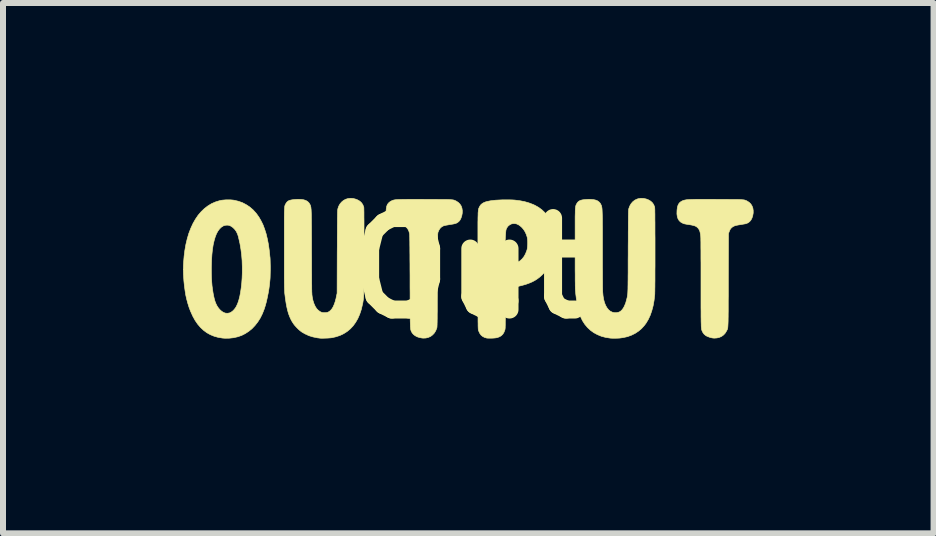
<source format=kicad_pcb>
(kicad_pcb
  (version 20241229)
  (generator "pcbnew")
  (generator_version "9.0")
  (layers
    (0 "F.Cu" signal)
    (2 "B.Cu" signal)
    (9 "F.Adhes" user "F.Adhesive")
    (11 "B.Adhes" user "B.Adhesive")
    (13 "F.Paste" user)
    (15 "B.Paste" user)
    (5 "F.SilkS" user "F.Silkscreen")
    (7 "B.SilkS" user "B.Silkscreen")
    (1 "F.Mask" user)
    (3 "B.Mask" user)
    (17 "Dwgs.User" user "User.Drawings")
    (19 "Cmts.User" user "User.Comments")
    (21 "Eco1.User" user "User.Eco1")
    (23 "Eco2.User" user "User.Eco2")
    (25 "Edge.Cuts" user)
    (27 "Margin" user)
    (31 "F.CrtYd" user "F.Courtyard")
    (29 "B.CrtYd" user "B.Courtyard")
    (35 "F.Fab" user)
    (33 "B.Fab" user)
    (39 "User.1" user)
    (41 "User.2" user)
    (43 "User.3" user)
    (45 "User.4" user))
  (footprint "Out"
    (layer "F.Cu")
    (at 4.75 1.418)
    (property "Reference" "Out" (at 0 0 0) (layer "F.SilkS") (effects (font (size 1.524 1.524) (thickness 0.3))))
    (attr through_hole)
    (fp_poly (pts (xy -3.959 -1.138) (xy -3.924 -1.135) (xy -3.901 -1.132) (xy -3.829 -1.115) (xy -3.761 -1.091) (xy -3.698 -1.058) (xy -3.639 -1.019) (xy -3.584 -0.972) (xy -3.534 -0.917) (xy -3.524 -0.904) (xy -3.485 -0.849) (xy -3.45 -0.788) (xy -3.418 -0.723) (xy -3.391 -0.651) (xy -3.366 -0.573) (xy -3.346 -0.489) (xy -3.328 -0.398) (xy -3.314 -0.299) (xy -3.303 -0.192) (xy -3.301 -0.18) (xy -3.299 -0.149) (xy -3.298 -0.111) (xy -3.297 -0.069) (xy -3.296 -0.023) (xy -3.296 0.024) (xy -3.297 0.07) (xy -3.298 0.114) (xy -3.299 0.154) (xy -3.301 0.187) (xy -3.302 0.195) (xy -3.309 0.268) (xy -3.319 0.344) (xy -3.332 0.42) (xy -3.347 0.494) (xy -3.363 0.565) (xy -3.381 0.63) (xy -3.398 0.683) (xy -3.428 0.759) (xy -3.463 0.83) (xy -3.504 0.895) (xy -3.55 0.954) (xy -3.6 1.007) (xy -3.655 1.052) (xy -3.713 1.09) (xy -3.772 1.12) (xy -3.838 1.143) (xy -3.908 1.159) (xy -3.979 1.167) (xy -4.051 1.168) (xy -4.092 1.165) (xy -4.165 1.153) (xy -4.233 1.134) (xy -4.296 1.108) (xy -4.355 1.075) (xy -4.41 1.034) (xy -4.46 0.987) (xy -4.507 0.932) (xy -4.55 0.869) (xy -4.589 0.798) (xy -4.624 0.72) (xy -4.626 0.716) (xy -4.65 0.653) (xy -4.67 0.589) (xy -4.688 0.523) (xy -4.704 0.453) (xy -4.716 0.379) (xy -4.727 0.299) (xy -4.736 0.213) (xy -4.742 0.119) (xy -4.743 0.107) (xy -4.745 0.037) (xy -4.745 0.018) (xy -4.279 0.018) (xy -4.278 0.096) (xy -4.276 0.167) (xy -4.272 0.232) (xy -4.267 0.294) (xy -4.259 0.353) (xy -4.25 0.412) (xy -4.243 0.45) (xy -4.231 0.504) (xy -4.218 0.551) (xy -4.202 0.592) (xy -4.184 0.628) (xy -4.163 0.66) (xy -4.139 0.689) (xy -4.137 0.691) (xy -4.106 0.719) (xy -4.074 0.739) (xy -4.042 0.75) (xy -4.009 0.752) (xy -3.976 0.746) (xy -3.969 0.744) (xy -3.947 0.732) (xy -3.923 0.714) (xy -3.9 0.691) (xy -3.879 0.665) (xy -3.862 0.637) (xy -3.86 0.633) (xy -3.839 0.587) (xy -3.821 0.533) (xy -3.805 0.471) (xy -3.792 0.403) (xy -3.781 0.328) (xy -3.772 0.248) (xy -3.766 0.163) (xy -3.763 0.083) (xy -3.763 -0.024) (xy -3.766 -0.125) (xy -3.774 -0.222) (xy -3.786 -0.316) (xy -3.802 -0.41) (xy -3.824 -0.506) (xy -3.825 -0.514) (xy -3.841 -0.565) (xy -3.862 -0.61) (xy -3.889 -0.647) (xy -3.92 -0.678) (xy -3.957 -0.702) (xy -3.96 -0.704) (xy -3.986 -0.714) (xy -4.016 -0.717) (xy -4.047 -0.714) (xy -4.075 -0.706) (xy -4.077 -0.705) (xy -4.111 -0.684) (xy -4.141 -0.655) (xy -4.168 -0.619) (xy -4.193 -0.574) (xy -4.214 -0.52) (xy -4.232 -0.459) (xy -4.248 -0.39) (xy -4.26 -0.313) (xy -4.269 -0.228) (xy -4.275 -0.135) (xy -4.278 -0.034) (xy -4.279 0.018) (xy -4.745 0.018) (xy -4.744 -0.039) (xy -4.739 -0.12) (xy -4.732 -0.203) (xy -4.721 -0.288) (xy -4.721 -0.291) (xy -4.703 -0.394) (xy -4.68 -0.491) (xy -4.653 -0.582) (xy -4.62 -0.667) (xy -4.584 -0.745) (xy -4.543 -0.817) (xy -4.498 -0.883) (xy -4.448 -0.941) (xy -4.395 -0.992) (xy -4.338 -1.036) (xy -4.278 -1.073) (xy -4.213 -1.102) (xy -4.146 -1.123) (xy -4.104 -1.132) (xy -4.073 -1.135) (xy -4.036 -1.138) (xy -3.998 -1.138) (xy -3.959 -1.138)) (stroke (width 0.01) (type solid)) (fill yes) (layer "F.SilkS"))
    (fp_poly (pts (xy 3.988 -1.147) (xy 4.058 -1.147) (xy 4.137 -1.146) (xy 4.149 -1.146) (xy 4.222 -1.146) (xy 4.286 -1.146) (xy 4.342 -1.145) (xy 4.391 -1.145) (xy 4.434 -1.145) (xy 4.471 -1.144) (xy 4.502 -1.144) (xy 4.528 -1.143) (xy 4.551 -1.142) (xy 4.569 -1.14) (xy 4.584 -1.139) (xy 4.597 -1.137) (xy 4.608 -1.135) (xy 4.617 -1.132) (xy 4.625 -1.129) (xy 4.633 -1.126) (xy 4.641 -1.122) (xy 4.65 -1.117) (xy 4.652 -1.116) (xy 4.684 -1.095) (xy 4.71 -1.069) (xy 4.73 -1.037) (xy 4.744 -1.001) (xy 4.75 -0.961) (xy 4.75 -0.919) (xy 4.742 -0.874) (xy 4.73 -0.836) (xy 4.713 -0.803) (xy 4.691 -0.776) (xy 4.663 -0.755) (xy 4.631 -0.742) (xy 4.619 -0.739) (xy 4.601 -0.736) (xy 4.578 -0.732) (xy 4.552 -0.727) (xy 4.536 -0.725) (xy 4.499 -0.719) (xy 4.47 -0.713) (xy 4.446 -0.707) (xy 4.427 -0.699) (xy 4.412 -0.691) (xy 4.398 -0.681) (xy 4.395 -0.679) (xy 4.379 -0.663) (xy 4.367 -0.647) (xy 4.357 -0.627) (xy 4.348 -0.604) (xy 4.338 -0.576) (xy 4.335 0.197) (xy 4.335 0.295) (xy 4.335 0.384) (xy 4.335 0.465) (xy 4.334 0.539) (xy 4.334 0.606) (xy 4.334 0.666) (xy 4.334 0.719) (xy 4.333 0.767) (xy 4.333 0.809) (xy 4.332 0.845) (xy 4.332 0.877) (xy 4.331 0.905) (xy 4.33 0.929) (xy 4.329 0.948) (xy 4.328 0.965) (xy 4.327 0.979) (xy 4.326 0.991) (xy 4.324 1) (xy 4.322 1.008) (xy 4.321 1.015) (xy 4.318 1.021) (xy 4.316 1.026) (xy 4.313 1.032) (xy 4.31 1.038) (xy 4.307 1.044) (xy 4.307 1.044) (xy 4.285 1.081) (xy 4.257 1.112) (xy 4.224 1.136) (xy 4.187 1.153) (xy 4.145 1.163) (xy 4.101 1.166) (xy 4.076 1.164) (xy 4.05 1.159) (xy 4.022 1.151) (xy 3.993 1.14) (xy 3.969 1.129) (xy 3.958 1.122) (xy 3.932 1.1) (xy 3.913 1.075) (xy 3.903 1.056) (xy 3.9 1.05) (xy 3.898 1.044) (xy 3.895 1.038) (xy 3.893 1.032) (xy 3.891 1.024) (xy 3.889 1.016) (xy 3.888 1.005) (xy 3.887 0.993) (xy 3.885 0.978) (xy 3.884 0.96) (xy 3.884 0.938) (xy 3.883 0.913) (xy 3.882 0.884) (xy 3.882 0.85) (xy 3.881 0.811) (xy 3.881 0.767) (xy 3.881 0.717) (xy 3.88 0.661) (xy 3.88 0.598) (xy 3.88 0.528) (xy 3.88 0.45) (xy 3.88 0.365) (xy 3.88 0.272) (xy 3.88 0.247) (xy 3.88 0.157) (xy 3.88 0.071) (xy 3.88 -0.011) (xy 3.88 -0.088) (xy 3.879 -0.161) (xy 3.879 -0.228) (xy 3.879 -0.289) (xy 3.878 -0.344) (xy 3.878 -0.392) (xy 3.878 -0.434) (xy 3.877 -0.468) (xy 3.877 -0.494) (xy 3.876 -0.513) (xy 3.876 -0.522) (xy 3.872 -0.561) (xy 3.866 -0.593) (xy 3.859 -0.619) (xy 3.849 -0.641) (xy 3.837 -0.66) (xy 3.823 -0.675) (xy 3.808 -0.688) (xy 3.792 -0.698) (xy 3.772 -0.706) (xy 3.746 -0.713) (xy 3.715 -0.72) (xy 3.695 -0.723) (xy 3.662 -0.728) (xy 3.637 -0.732) (xy 3.617 -0.736) (xy 3.602 -0.739) (xy 3.589 -0.743) (xy 3.578 -0.748) (xy 3.567 -0.753) (xy 3.537 -0.771) (xy 3.514 -0.795) (xy 3.496 -0.825) (xy 3.485 -0.861) (xy 3.479 -0.903) (xy 3.48 -0.952) (xy 3.481 -0.968) (xy 3.486 -1.008) (xy 3.494 -1.04) (xy 3.506 -1.067) (xy 3.521 -1.088) (xy 3.541 -1.105) (xy 3.555 -1.114) (xy 3.565 -1.119) (xy 3.575 -1.124) (xy 3.585 -1.128) (xy 3.596 -1.131) (xy 3.608 -1.134) (xy 3.623 -1.137) (xy 3.64 -1.14) (xy 3.66 -1.141) (xy 3.683 -1.143) (xy 3.71 -1.144) (xy 3.742 -1.145) (xy 3.779 -1.146) (xy 3.822 -1.147) (xy 3.871 -1.147) (xy 3.926 -1.147) (xy 3.988 -1.147)) (stroke (width 0.01) (type solid)) (fill yes) (layer "F.SilkS"))
    (fp_poly (pts (xy -0.871 -1.147) (xy -0.803 -1.147) (xy -0.728 -1.146) (xy -0.699 -1.146) (xy -0.626 -1.146) (xy -0.562 -1.146) (xy -0.506 -1.145) (xy -0.457 -1.145) (xy -0.414 -1.145) (xy -0.377 -1.144) (xy -0.346 -1.144) (xy -0.319 -1.143) (xy -0.297 -1.142) (xy -0.279 -1.14) (xy -0.264 -1.139) (xy -0.251 -1.137) (xy -0.24 -1.135) (xy -0.231 -1.132) (xy -0.223 -1.129) (xy -0.216 -1.126) (xy -0.208 -1.122) (xy -0.199 -1.118) (xy -0.198 -1.117) (xy -0.164 -1.095) (xy -0.137 -1.068) (xy -0.116 -1.036) (xy -0.103 -1) (xy -0.097 -0.959) (xy -0.098 -0.915) (xy -0.105 -0.877) (xy -0.118 -0.836) (xy -0.134 -0.803) (xy -0.155 -0.777) (xy -0.18 -0.758) (xy -0.182 -0.757) (xy -0.193 -0.751) (xy -0.204 -0.747) (xy -0.216 -0.743) (xy -0.231 -0.739) (xy -0.25 -0.735) (xy -0.274 -0.731) (xy -0.306 -0.726) (xy -0.313 -0.725) (xy -0.339 -0.72) (xy -0.364 -0.716) (xy -0.386 -0.711) (xy -0.403 -0.707) (xy -0.41 -0.705) (xy -0.44 -0.689) (xy -0.465 -0.666) (xy -0.486 -0.635) (xy -0.502 -0.598) (xy -0.503 -0.593) (xy -0.504 -0.59) (xy -0.505 -0.585) (xy -0.505 -0.578) (xy -0.506 -0.569) (xy -0.507 -0.558) (xy -0.507 -0.543) (xy -0.508 -0.526) (xy -0.508 -0.504) (xy -0.509 -0.478) (xy -0.509 -0.448) (xy -0.509 -0.413) (xy -0.51 -0.373) (xy -0.51 -0.327) (xy -0.51 -0.275) (xy -0.511 -0.217) (xy -0.511 -0.151) (xy -0.511 -0.079) (xy -0.512 0.001) (xy -0.512 0.089) (xy -0.512 0.185) (xy -0.512 0.201) (xy -0.513 0.298) (xy -0.513 0.387) (xy -0.513 0.468) (xy -0.514 0.541) (xy -0.514 0.607) (xy -0.514 0.666) (xy -0.514 0.719) (xy -0.515 0.765) (xy -0.515 0.806) (xy -0.515 0.842) (xy -0.516 0.873) (xy -0.516 0.899) (xy -0.517 0.921) (xy -0.517 0.94) (xy -0.518 0.955) (xy -0.518 0.967) (xy -0.519 0.977) (xy -0.52 0.985) (xy -0.52 0.991) (xy -0.521 0.995) (xy -0.522 0.998) (xy -0.54 1.043) (xy -0.563 1.081) (xy -0.592 1.112) (xy -0.625 1.137) (xy -0.663 1.154) (xy -0.704 1.164) (xy -0.749 1.166) (xy -0.77 1.164) (xy -0.812 1.156) (xy -0.851 1.143) (xy -0.884 1.125) (xy -0.912 1.103) (xy -0.933 1.078) (xy -0.939 1.067) (xy -0.942 1.061) (xy -0.945 1.056) (xy -0.948 1.05) (xy -0.95 1.045) (xy -0.952 1.04) (xy -0.954 1.033) (xy -0.956 1.025) (xy -0.958 1.016) (xy -0.959 1.005) (xy -0.96 0.991) (xy -0.962 0.974) (xy -0.962 0.954) (xy -0.963 0.931) (xy -0.964 0.904) (xy -0.965 0.872) (xy -0.965 0.835) (xy -0.966 0.793) (xy -0.966 0.746) (xy -0.966 0.692) (xy -0.967 0.633) (xy -0.967 0.566) (xy -0.967 0.492) (xy -0.967 0.411) (xy -0.968 0.322) (xy -0.968 0.224) (xy -0.968 0.223) (xy -0.968 0.118) (xy -0.969 0.021) (xy -0.969 -0.067) (xy -0.97 -0.148) (xy -0.97 -0.221) (xy -0.971 -0.286) (xy -0.971 -0.344) (xy -0.972 -0.395) (xy -0.972 -0.439) (xy -0.973 -0.476) (xy -0.973 -0.507) (xy -0.974 -0.532) (xy -0.974 -0.551) (xy -0.975 -0.565) (xy -0.976 -0.573) (xy -0.976 -0.575) (xy -0.987 -0.615) (xy -1.002 -0.647) (xy -1.016 -0.666) (xy -1.028 -0.679) (xy -1.042 -0.69) (xy -1.058 -0.699) (xy -1.077 -0.707) (xy -1.101 -0.713) (xy -1.13 -0.719) (xy -1.166 -0.726) (xy -1.19 -0.729) (xy -1.221 -0.734) (xy -1.245 -0.739) (xy -1.265 -0.746) (xy -1.283 -0.753) (xy -1.294 -0.76) (xy -1.321 -0.78) (xy -1.342 -0.807) (xy -1.357 -0.84) (xy -1.366 -0.88) (xy -1.369 -0.925) (xy -1.366 -0.968) (xy -1.364 -0.99) (xy -1.36 -1.012) (xy -1.357 -1.029) (xy -1.355 -1.036) (xy -1.343 -1.065) (xy -1.322 -1.09) (xy -1.295 -1.112) (xy -1.262 -1.128) (xy -1.249 -1.132) (xy -1.24 -1.135) (xy -1.23 -1.137) (xy -1.217 -1.139) (xy -1.202 -1.141) (xy -1.184 -1.142) (xy -1.162 -1.143) (xy -1.137 -1.144) (xy -1.107 -1.145) (xy -1.072 -1.146) (xy -1.031 -1.146) (xy -0.984 -1.147) (xy -0.931 -1.147) (xy -0.871 -1.147)) (stroke (width 0.01) (type solid)) (fill yes) (layer "F.SilkS"))
    (fp_poly (pts (xy 2.923 -1.162) (xy 2.969 -1.152) (xy 3.007 -1.137) (xy 3.042 -1.116) (xy 3.071 -1.089) (xy 3.092 -1.058) (xy 3.106 -1.023) (xy 3.109 -1.012) (xy 3.109 -1.005) (xy 3.11 -0.99) (xy 3.111 -0.967) (xy 3.111 -0.936) (xy 3.112 -0.9) (xy 3.112 -0.857) (xy 3.112 -0.809) (xy 3.113 -0.757) (xy 3.113 -0.7) (xy 3.113 -0.64) (xy 3.113 -0.576) (xy 3.114 -0.51) (xy 3.114 -0.443) (xy 3.114 -0.374) (xy 3.114 -0.304) (xy 3.114 -0.234) (xy 3.114 -0.164) (xy 3.114 -0.096) (xy 3.114 -0.029) (xy 3.113 0.036) (xy 3.113 0.098) (xy 3.113 0.157) (xy 3.113 0.212) (xy 3.112 0.263) (xy 3.112 0.308) (xy 3.111 0.349) (xy 3.111 0.382) (xy 3.11 0.41) (xy 3.11 0.43) (xy 3.109 0.442) (xy 3.109 0.442) (xy 3.098 0.539) (xy 3.082 0.628) (xy 3.06 0.71) (xy 3.034 0.785) (xy 3.002 0.854) (xy 2.965 0.916) (xy 2.936 0.955) (xy 2.89 1.006) (xy 2.838 1.05) (xy 2.782 1.087) (xy 2.721 1.117) (xy 2.655 1.141) (xy 2.583 1.157) (xy 2.527 1.165) (xy 2.49 1.167) (xy 2.449 1.168) (xy 2.408 1.168) (xy 2.371 1.166) (xy 2.363 1.165) (xy 2.288 1.153) (xy 2.218 1.134) (xy 2.153 1.107) (xy 2.092 1.074) (xy 2.037 1.034) (xy 1.987 0.987) (xy 1.943 0.934) (xy 1.905 0.875) (xy 1.874 0.81) (xy 1.859 0.771) (xy 1.846 0.728) (xy 1.833 0.678) (xy 1.822 0.622) (xy 1.811 0.562) (xy 1.802 0.499) (xy 1.794 0.435) (xy 1.788 0.371) (xy 1.787 0.353) (xy 1.786 0.339) (xy 1.786 0.318) (xy 1.785 0.289) (xy 1.785 0.252) (xy 1.784 0.208) (xy 1.784 0.158) (xy 1.784 0.101) (xy 1.783 0.039) (xy 1.783 -0.029) (xy 1.783 -0.101) (xy 1.783 -0.177) (xy 1.783 -0.258) (xy 1.783 -0.342) (xy 1.783 -0.35) (xy 1.783 -0.44) (xy 1.783 -0.521) (xy 1.783 -0.595) (xy 1.783 -0.661) (xy 1.783 -0.72) (xy 1.783 -0.772) (xy 1.783 -0.818) (xy 1.783 -0.859) (xy 1.784 -0.894) (xy 1.785 -0.925) (xy 1.785 -0.951) (xy 1.786 -0.973) (xy 1.787 -0.991) (xy 1.789 -1.007) (xy 1.79 -1.02) (xy 1.792 -1.03) (xy 1.794 -1.039) (xy 1.796 -1.046) (xy 1.799 -1.053) (xy 1.801 -1.059) (xy 1.805 -1.065) (xy 1.808 -1.071) (xy 1.809 -1.074) (xy 1.827 -1.1) (xy 1.85 -1.119) (xy 1.877 -1.131) (xy 1.881 -1.132) (xy 1.906 -1.138) (xy 1.938 -1.142) (xy 1.973 -1.145) (xy 2.009 -1.147) (xy 2.043 -1.146) (xy 2.045 -1.146) (xy 2.089 -1.142) (xy 2.126 -1.134) (xy 2.157 -1.121) (xy 2.181 -1.103) (xy 2.201 -1.081) (xy 2.21 -1.064) (xy 2.214 -1.057) (xy 2.217 -1.05) (xy 2.22 -1.043) (xy 2.223 -1.035) (xy 2.225 -1.026) (xy 2.227 -1.016) (xy 2.229 -1.004) (xy 2.231 -0.989) (xy 2.232 -0.972) (xy 2.233 -0.951) (xy 2.234 -0.927) (xy 2.235 -0.899) (xy 2.236 -0.866) (xy 2.237 -0.828) (xy 2.237 -0.785) (xy 2.237 -0.737) (xy 2.238 -0.682) (xy 2.238 -0.62) (xy 2.238 -0.552) (xy 2.238 -0.475) (xy 2.238 -0.391) (xy 2.238 -0.301) (xy 2.238 -0.226) (xy 2.238 -0.153) (xy 2.238 -0.082) (xy 2.238 -0.013) (xy 2.239 0.052) (xy 2.239 0.113) (xy 2.239 0.169) (xy 2.24 0.221) (xy 2.24 0.267) (xy 2.24 0.307) (xy 2.241 0.341) (xy 2.241 0.367) (xy 2.242 0.385) (xy 2.242 0.394) (xy 2.248 0.462) (xy 2.258 0.521) (xy 2.272 0.574) (xy 2.29 0.619) (xy 2.311 0.657) (xy 2.336 0.689) (xy 2.34 0.694) (xy 2.37 0.718) (xy 2.403 0.734) (xy 2.437 0.742) (xy 2.473 0.742) (xy 2.508 0.734) (xy 2.525 0.727) (xy 2.548 0.711) (xy 2.57 0.688) (xy 2.591 0.657) (xy 2.609 0.62) (xy 2.626 0.578) (xy 2.636 0.541) (xy 2.64 0.527) (xy 2.643 0.515) (xy 2.646 0.503) (xy 2.649 0.492) (xy 2.651 0.481) (xy 2.653 0.47) (xy 2.655 0.457) (xy 2.657 0.444) (xy 2.659 0.428) (xy 2.66 0.411) (xy 2.661 0.39) (xy 2.662 0.367) (xy 2.663 0.34) (xy 2.663 0.309) (xy 2.664 0.273) (xy 2.664 0.233) (xy 2.665 0.187) (xy 2.665 0.136) (xy 2.666 0.078) (xy 2.666 0.014) (xy 2.666 -0.058) (xy 2.666 -0.137) (xy 2.667 -0.225) (xy 2.667 -0.278) (xy 2.667 -0.369) (xy 2.668 -0.452) (xy 2.668 -0.527) (xy 2.668 -0.595) (xy 2.669 -0.655) (xy 2.669 -0.709) (xy 2.669 -0.756) (xy 2.67 -0.798) (xy 2.67 -0.834) (xy 2.67 -0.865) (xy 2.671 -0.892) (xy 2.671 -0.914) (xy 2.672 -0.933) (xy 2.672 -0.948) (xy 2.673 -0.96) (xy 2.674 -0.97) (xy 2.674 -0.978) (xy 2.675 -0.984) (xy 2.676 -0.988) (xy 2.677 -0.992) (xy 2.694 -1.037) (xy 2.716 -1.075) (xy 2.744 -1.107) (xy 2.777 -1.133) (xy 2.815 -1.151) (xy 2.834 -1.157) (xy 2.878 -1.164) (xy 2.923 -1.162)) (stroke (width 0.01) (type solid)) (fill yes) (layer "F.SilkS"))
    (fp_poly (pts (xy 0.698 -1.138) (xy 0.736 -1.137) (xy 0.768 -1.135) (xy 0.78 -1.134) (xy 0.865 -1.123) (xy 0.942 -1.108) (xy 1.014 -1.087) (xy 1.08 -1.062) (xy 1.113 -1.047) (xy 1.175 -1.012) (xy 1.23 -0.971) (xy 1.279 -0.925) (xy 1.321 -0.873) (xy 1.358 -0.815) (xy 1.388 -0.751) (xy 1.412 -0.68) (xy 1.419 -0.656) (xy 1.426 -0.627) (xy 1.432 -0.602) (xy 1.436 -0.579) (xy 1.439 -0.557) (xy 1.441 -0.533) (xy 1.442 -0.507) (xy 1.443 -0.475) (xy 1.443 -0.437) (xy 1.443 -0.431) (xy 1.442 -0.397) (xy 1.442 -0.369) (xy 1.441 -0.347) (xy 1.44 -0.328) (xy 1.439 -0.312) (xy 1.437 -0.297) (xy 1.434 -0.28) (xy 1.43 -0.265) (xy 1.41 -0.186) (xy 1.385 -0.113) (xy 1.353 -0.046) (xy 1.315 0.016) (xy 1.271 0.072) (xy 1.24 0.105) (xy 1.2 0.142) (xy 1.159 0.174) (xy 1.115 0.203) (xy 1.068 0.228) (xy 1.016 0.25) (xy 0.958 0.271) (xy 0.893 0.289) (xy 0.839 0.302) (xy 0.813 0.308) (xy 0.789 0.314) (xy 0.768 0.319) (xy 0.752 0.324) (xy 0.746 0.326) (xy 0.71 0.343) (xy 0.68 0.366) (xy 0.656 0.394) (xy 0.644 0.418) (xy 0.639 0.429) (xy 0.635 0.439) (xy 0.631 0.45) (xy 0.628 0.461) (xy 0.626 0.475) (xy 0.624 0.49) (xy 0.623 0.509) (xy 0.621 0.531) (xy 0.621 0.558) (xy 0.62 0.591) (xy 0.62 0.63) (xy 0.62 0.675) (xy 0.62 0.729) (xy 0.62 0.753) (xy 0.62 0.807) (xy 0.62 0.853) (xy 0.619 0.891) (xy 0.619 0.923) (xy 0.619 0.949) (xy 0.618 0.97) (xy 0.618 0.987) (xy 0.617 1) (xy 0.616 1.01) (xy 0.615 1.018) (xy 0.613 1.025) (xy 0.612 1.031) (xy 0.612 1.031) (xy 0.597 1.069) (xy 0.578 1.1) (xy 0.554 1.124) (xy 0.525 1.142) (xy 0.489 1.156) (xy 0.485 1.157) (xy 0.465 1.161) (xy 0.439 1.164) (xy 0.409 1.166) (xy 0.379 1.167) (xy 0.35 1.167) (xy 0.325 1.166) (xy 0.311 1.165) (xy 0.273 1.154) (xy 0.241 1.137) (xy 0.214 1.114) (xy 0.192 1.083) (xy 0.175 1.045) (xy 0.172 1.038) (xy 0.171 1.035) (xy 0.171 1.032) (xy 0.17 1.027) (xy 0.169 1.022) (xy 0.168 1.015) (xy 0.168 1.006) (xy 0.167 0.995) (xy 0.167 0.981) (xy 0.166 0.964) (xy 0.166 0.944) (xy 0.166 0.921) (xy 0.165 0.893) (xy 0.165 0.861) (xy 0.165 0.825) (xy 0.165 0.783) (xy 0.164 0.736) (xy 0.164 0.683) (xy 0.164 0.624) (xy 0.164 0.559) (xy 0.164 0.487) (xy 0.164 0.408) (xy 0.163 0.322) (xy 0.163 0.227) (xy 0.163 0.125) (xy 0.163 0.048) (xy 0.163 -0.063) (xy 0.163 -0.165) (xy 0.163 -0.26) (xy 0.163 -0.346) (xy 0.163 -0.422) (xy 0.617 -0.422) (xy 0.617 -0.411) (xy 0.618 -0.407) (xy 0.619 -0.402) (xy 0.62 -0.39) (xy 0.621 -0.371) (xy 0.622 -0.347) (xy 0.622 -0.319) (xy 0.623 -0.288) (xy 0.623 -0.287) (xy 0.624 -0.248) (xy 0.625 -0.216) (xy 0.626 -0.191) (xy 0.628 -0.171) (xy 0.631 -0.156) (xy 0.634 -0.144) (xy 0.639 -0.135) (xy 0.645 -0.126) (xy 0.653 -0.118) (xy 0.655 -0.116) (xy 0.679 -0.097) (xy 0.707 -0.085) (xy 0.739 -0.08) (xy 0.756 -0.08) (xy 0.775 -0.081) (xy 0.79 -0.084) (xy 0.805 -0.089) (xy 0.823 -0.097) (xy 0.824 -0.098) (xy 0.865 -0.122) (xy 0.9 -0.154) (xy 0.931 -0.193) (xy 0.956 -0.238) (xy 0.976 -0.289) (xy 0.982 -0.307) (xy 0.987 -0.334) (xy 0.99 -0.367) (xy 0.992 -0.403) (xy 0.992 -0.44) (xy 0.99 -0.474) (xy 0.986 -0.504) (xy 0.984 -0.517) (xy 0.969 -0.562) (xy 0.95 -0.604) (xy 0.926 -0.642) (xy 0.899 -0.675) (xy 0.869 -0.702) (xy 0.837 -0.724) (xy 0.805 -0.738) (xy 0.782 -0.742) (xy 0.748 -0.743) (xy 0.716 -0.735) (xy 0.688 -0.719) (xy 0.663 -0.698) (xy 0.644 -0.67) (xy 0.632 -0.642) (xy 0.63 -0.632) (xy 0.628 -0.616) (xy 0.626 -0.595) (xy 0.624 -0.57) (xy 0.622 -0.543) (xy 0.62 -0.515) (xy 0.619 -0.487) (xy 0.617 -0.462) (xy 0.617 -0.439) (xy 0.617 -0.422) (xy 0.163 -0.422) (xy 0.163 -0.426) (xy 0.163 -0.498) (xy 0.163 -0.564) (xy 0.163 -0.623) (xy 0.163 -0.677) (xy 0.163 -0.724) (xy 0.163 -0.767) (xy 0.164 -0.804) (xy 0.164 -0.837) (xy 0.165 -0.866) (xy 0.166 -0.891) (xy 0.166 -0.913) (xy 0.167 -0.931) (xy 0.169 -0.946) (xy 0.17 -0.959) (xy 0.171 -0.97) (xy 0.173 -0.979) (xy 0.174 -0.986) (xy 0.176 -0.993) (xy 0.178 -0.998) (xy 0.181 -1.004) (xy 0.183 -1.009) (xy 0.186 -1.014) (xy 0.187 -1.018) (xy 0.2 -1.041) (xy 0.216 -1.061) (xy 0.236 -1.077) (xy 0.261 -1.092) (xy 0.291 -1.104) (xy 0.327 -1.113) (xy 0.37 -1.122) (xy 0.42 -1.128) (xy 0.453 -1.132) (xy 0.487 -1.134) (xy 0.526 -1.136) (xy 0.568 -1.138) (xy 0.612 -1.138) (xy 0.656 -1.138) (xy 0.698 -1.138)) (stroke (width 0.01) (type solid)) (fill yes) (layer "F.SilkS"))
    (fp_poly (pts (xy -1.915 -1.161) (xy -1.87 -1.149) (xy -1.841 -1.137) (xy -1.805 -1.116) (xy -1.776 -1.089) (xy -1.755 -1.058) (xy -1.741 -1.023) (xy -1.738 -1.013) (xy -1.738 -1.006) (xy -1.737 -0.99) (xy -1.737 -0.966) (xy -1.736 -0.934) (xy -1.736 -0.894) (xy -1.736 -0.845) (xy -1.735 -0.788) (xy -1.735 -0.723) (xy -1.735 -0.649) (xy -1.735 -0.566) (xy -1.735 -0.475) (xy -1.735 -0.375) (xy -1.735 -0.266) (xy -1.735 -0.265) (xy -1.736 -0.17) (xy -1.736 -0.083) (xy -1.736 -0.005) (xy -1.736 0.066) (xy -1.736 0.131) (xy -1.737 0.188) (xy -1.737 0.24) (xy -1.737 0.286) (xy -1.738 0.327) (xy -1.738 0.363) (xy -1.739 0.394) (xy -1.739 0.422) (xy -1.74 0.446) (xy -1.741 0.467) (xy -1.742 0.486) (xy -1.744 0.502) (xy -1.745 0.517) (xy -1.747 0.53) (xy -1.749 0.543) (xy -1.751 0.555) (xy -1.753 0.568) (xy -1.755 0.581) (xy -1.758 0.594) (xy -1.761 0.607) (xy -1.781 0.691) (xy -1.807 0.769) (xy -1.838 0.84) (xy -1.875 0.904) (xy -1.917 0.962) (xy -1.964 1.012) (xy -2.017 1.056) (xy -2.074 1.092) (xy -2.137 1.122) (xy -2.205 1.144) (xy -2.271 1.159) (xy -2.288 1.161) (xy -2.31 1.163) (xy -2.337 1.165) (xy -2.366 1.166) (xy -2.395 1.167) (xy -2.421 1.168) (xy -2.444 1.168) (xy -2.462 1.167) (xy -2.468 1.167) (xy -2.478 1.165) (xy -2.495 1.163) (xy -2.513 1.161) (xy -2.515 1.16) (xy -2.585 1.146) (xy -2.653 1.125) (xy -2.718 1.095) (xy -2.77 1.065) (xy -2.798 1.044) (xy -2.828 1.018) (xy -2.858 0.988) (xy -2.886 0.957) (xy -2.91 0.927) (xy -2.914 0.92) (xy -2.938 0.882) (xy -2.959 0.842) (xy -2.977 0.8) (xy -2.994 0.754) (xy -3.008 0.704) (xy -3.021 0.648) (xy -3.033 0.585) (xy -3.043 0.517) (xy -3.046 0.498) (xy -3.048 0.481) (xy -3.05 0.464) (xy -3.052 0.448) (xy -3.054 0.432) (xy -3.056 0.416) (xy -3.057 0.398) (xy -3.058 0.379) (xy -3.059 0.357) (xy -3.06 0.334) (xy -3.061 0.307) (xy -3.061 0.277) (xy -3.062 0.243) (xy -3.062 0.205) (xy -3.063 0.161) (xy -3.063 0.113) (xy -3.063 0.058) (xy -3.063 -0.002) (xy -3.063 -0.07) (xy -3.063 -0.145) (xy -3.063 -0.227) (xy -3.063 -0.318) (xy -3.063 -0.331) (xy -3.063 -0.422) (xy -3.063 -0.505) (xy -3.063 -0.58) (xy -3.063 -0.647) (xy -3.063 -0.708) (xy -3.063 -0.761) (xy -3.063 -0.809) (xy -3.063 -0.851) (xy -3.062 -0.887) (xy -3.062 -0.919) (xy -3.061 -0.946) (xy -3.06 -0.969) (xy -3.059 -0.988) (xy -3.058 -1.004) (xy -3.057 -1.017) (xy -3.056 -1.028) (xy -3.054 -1.037) (xy -3.052 -1.045) (xy -3.05 -1.051) (xy -3.047 -1.057) (xy -3.045 -1.062) (xy -3.042 -1.067) (xy -3.038 -1.074) (xy -3.038 -1.074) (xy -3.022 -1.098) (xy -3.003 -1.116) (xy -2.98 -1.128) (xy -2.965 -1.132) (xy -2.943 -1.137) (xy -2.917 -1.141) (xy -2.888 -1.144) (xy -2.858 -1.146) (xy -2.83 -1.147) (xy -2.827 -1.147) (xy -2.779 -1.145) (xy -2.739 -1.139) (xy -2.705 -1.128) (xy -2.678 -1.113) (xy -2.655 -1.092) (xy -2.638 -1.066) (xy -2.637 -1.063) (xy -2.633 -1.056) (xy -2.63 -1.05) (xy -2.628 -1.043) (xy -2.625 -1.036) (xy -2.623 -1.027) (xy -2.621 -1.018) (xy -2.619 -1.006) (xy -2.618 -0.993) (xy -2.616 -0.977) (xy -2.615 -0.957) (xy -2.614 -0.934) (xy -2.613 -0.908) (xy -2.612 -0.877) (xy -2.612 -0.841) (xy -2.611 -0.8) (xy -2.611 -0.754) (xy -2.61 -0.702) (xy -2.61 -0.643) (xy -2.61 -0.578) (xy -2.609 -0.505) (xy -2.609 -0.425) (xy -2.609 -0.336) (xy -2.609 -0.263) (xy -2.608 -0.172) (xy -2.608 -0.09) (xy -2.608 -0.016) (xy -2.608 0.051) (xy -2.607 0.111) (xy -2.607 0.164) (xy -2.607 0.211) (xy -2.607 0.252) (xy -2.606 0.289) (xy -2.606 0.32) (xy -2.606 0.347) (xy -2.605 0.37) (xy -2.605 0.39) (xy -2.604 0.407) (xy -2.603 0.421) (xy -2.603 0.433) (xy -2.602 0.443) (xy -2.601 0.452) (xy -2.6 0.46) (xy -2.599 0.468) (xy -2.598 0.476) (xy -2.586 0.537) (xy -2.569 0.59) (xy -2.549 0.635) (xy -2.525 0.673) (xy -2.497 0.702) (xy -2.465 0.725) (xy -2.457 0.729) (xy -2.441 0.736) (xy -2.427 0.74) (xy -2.412 0.741) (xy -2.393 0.742) (xy -2.391 0.742) (xy -2.361 0.74) (xy -2.336 0.734) (xy -2.314 0.722) (xy -2.293 0.705) (xy -2.271 0.68) (xy -2.251 0.648) (xy -2.233 0.608) (xy -2.216 0.56) (xy -2.201 0.504) (xy -2.196 0.477) (xy -2.183 0.418) (xy -2.181 -0.272) (xy -2.18 -0.363) (xy -2.18 -0.446) (xy -2.18 -0.521) (xy -2.179 -0.589) (xy -2.179 -0.65) (xy -2.179 -0.704) (xy -2.178 -0.751) (xy -2.178 -0.793) (xy -2.178 -0.83) (xy -2.177 -0.861) (xy -2.177 -0.888) (xy -2.176 -0.91) (xy -2.176 -0.929) (xy -2.175 -0.945) (xy -2.175 -0.957) (xy -2.174 -0.967) (xy -2.173 -0.975) (xy -2.172 -0.981) (xy -2.171 -0.986) (xy -2.171 -0.989) (xy -2.156 -1.033) (xy -2.135 -1.07) (xy -2.109 -1.101) (xy -2.077 -1.128) (xy -2.04 -1.148) (xy -2 -1.16) (xy -1.958 -1.164) (xy -1.915 -1.161)) (stroke (width 0.01) (type solid)) (fill yes) (layer "F.SilkS")))
  (gr_rect
    (start -3 -3)
    (end 12.505 5.836)
    (stroke (width 0.1) (type default))
    (fill no)
    (layer "Edge.Cuts")))
</source>
